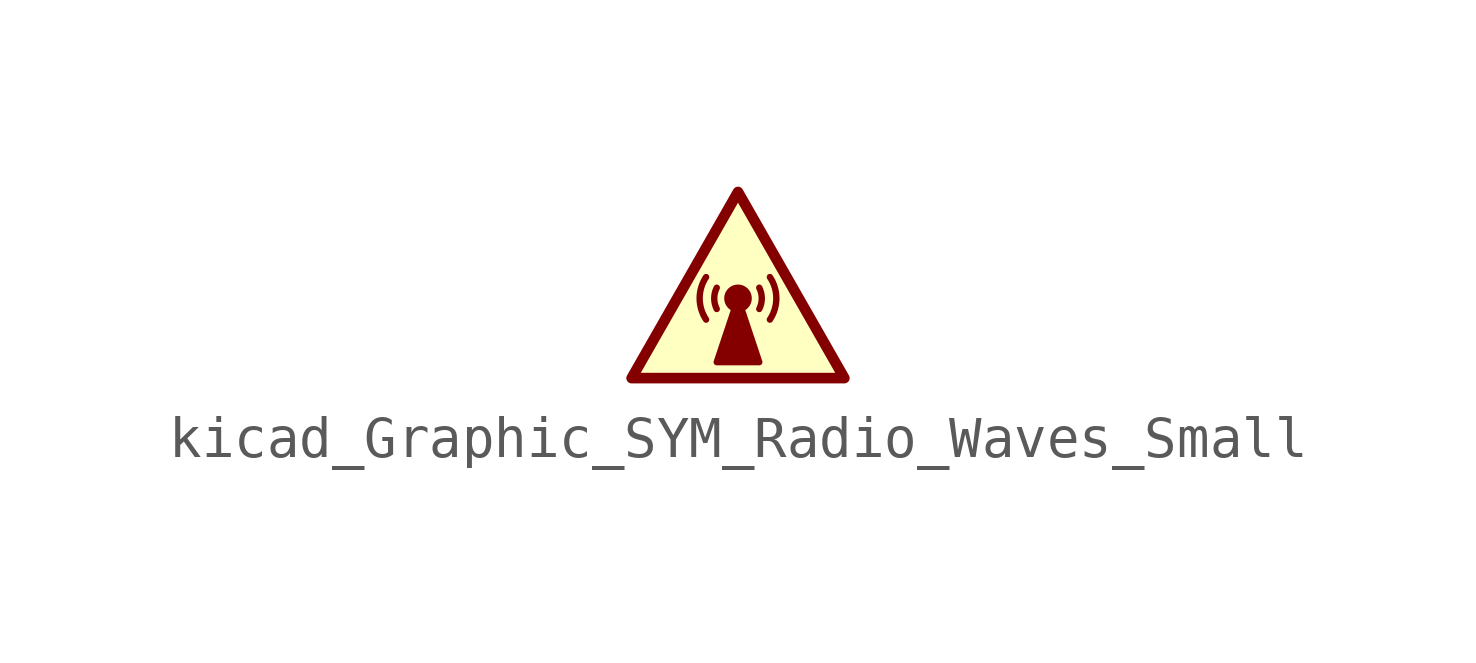
<source format=kicad_sym>
(kicad_symbol_lib
  (version 20220914)
  (generator kicad_symbol_editor)
  (symbol "kicad_Graphic_SYM_Radio_Waves_Small"
    (property "Reference" "#SYM"
      (at 0 3.556 0)
      (effects (font (size 1.27 1.27)) hide))
    (symbol "kicad_Graphic_SYM_Radio_Waves_Small_0_1"
      (arc (start -0.762 0.508) (mid -0.9158 0) (end -0.762 -0.508) (stroke (width 0) (type default)) (fill (type none)))
      (arc (start -0.508 0.254) (mid -0.568 0) (end -0.508 -0.254) (stroke (width 0) (type default)) (fill (type none)))
      (polyline (pts (xy -2.54 -1.905) (xy 2.54 -1.905) (xy 0 2.54) (xy -2.54 -1.905)) (stroke (width 0.254) (type default)) (fill (type background)))
      (polyline (pts (xy -0.508 -1.524) (xy 0.508 -1.524) (xy 0 0) (xy -0.508 -1.524)) (stroke (width 0) (type default)) (fill (type outline)))
      (circle (center 0 0) (radius 0.254) (stroke (width 0) (type default)) (fill (type outline)))
      (arc (start 0.508 -0.254) (mid 0.568 0) (end 0.508 0.254) (stroke (width 0) (type default)) (fill (type none)))
      (arc (start 0.762 -0.508) (mid 0.9158 0) (end 0.762 0.508) (stroke (width 0) (type default)) (fill (type none))))))
</source>
